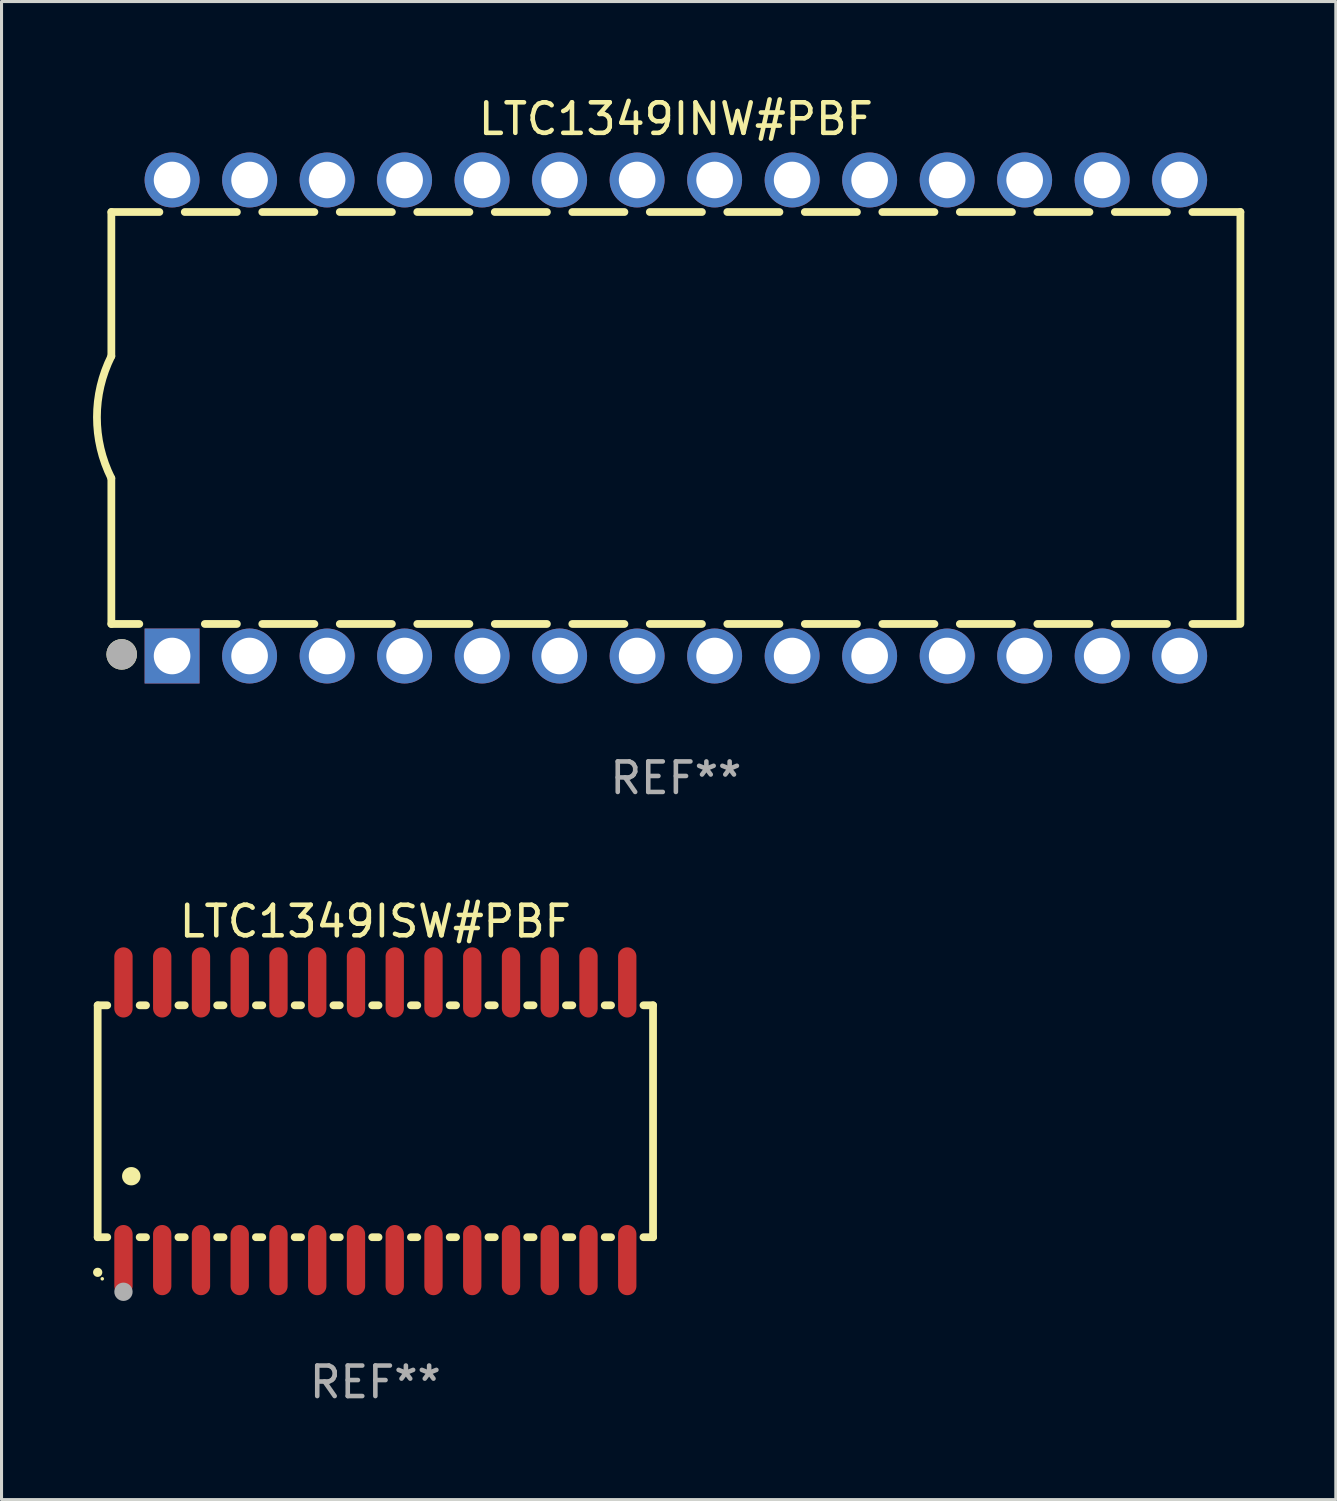
<source format=kicad_pcb>
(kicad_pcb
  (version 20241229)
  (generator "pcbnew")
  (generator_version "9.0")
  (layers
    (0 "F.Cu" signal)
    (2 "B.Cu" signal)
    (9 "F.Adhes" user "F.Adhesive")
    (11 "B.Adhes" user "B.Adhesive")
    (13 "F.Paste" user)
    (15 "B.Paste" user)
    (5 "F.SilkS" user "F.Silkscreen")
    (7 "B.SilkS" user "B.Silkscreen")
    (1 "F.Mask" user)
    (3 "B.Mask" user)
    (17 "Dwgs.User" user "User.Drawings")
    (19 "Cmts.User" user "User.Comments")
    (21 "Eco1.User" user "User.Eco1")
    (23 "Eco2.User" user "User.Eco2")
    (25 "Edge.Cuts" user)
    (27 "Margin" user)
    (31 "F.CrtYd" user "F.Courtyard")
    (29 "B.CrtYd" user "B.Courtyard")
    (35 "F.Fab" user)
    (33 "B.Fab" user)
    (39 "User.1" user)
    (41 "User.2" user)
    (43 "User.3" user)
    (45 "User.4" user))
  (footprint "LTC1349INW#PBF"
    (layer "F.Cu")
    (at 19.099 10.648)
    (property "Reference" "LTC1349INW#PBF" (at 0 -9.8 0) (layer "F.SilkS") (effects (font (size 1 1) (thickness 0.15))))
    (attr through_hole)
    (fp_line (start -18.5 -6.75) (end -18.5 -2.026) (stroke (width 0.254) (type solid)) (layer "F.SilkS"))
    (fp_line (start -18.5 -6.75) (end -16.926 -6.75) (stroke (width 0.254) (type solid)) (layer "F.SilkS"))
    (fp_line (start -18.5 6.75) (end -18.5 1.974) (stroke (width 0.254) (type solid)) (layer "F.SilkS"))
    (fp_line (start -18.5 6.75) (end -17.584 6.75) (stroke (width 0.254) (type solid)) (layer "F.SilkS"))
    (fp_line (start -16.094 -6.75) (end -14.386 -6.75) (stroke (width 0.254) (type solid)) (layer "F.SilkS"))
    (fp_line (start -15.436 6.75) (end -14.386 6.75) (stroke (width 0.254) (type solid)) (layer "F.SilkS"))
    (fp_line (start -13.554 -6.75) (end -11.846 -6.75) (stroke (width 0.254) (type solid)) (layer "F.SilkS"))
    (fp_line (start -13.554 6.75) (end -11.846 6.75) (stroke (width 0.254) (type solid)) (layer "F.SilkS"))
    (fp_line (start -11.014 -6.75) (end -9.306 -6.75) (stroke (width 0.254) (type solid)) (layer "F.SilkS"))
    (fp_line (start -11.014 6.75) (end -9.306 6.75) (stroke (width 0.254) (type solid)) (layer "F.SilkS"))
    (fp_line (start -8.474 -6.75) (end -6.766 -6.75) (stroke (width 0.254) (type solid)) (layer "F.SilkS"))
    (fp_line (start -8.474 6.75) (end -6.766 6.75) (stroke (width 0.254) (type solid)) (layer "F.SilkS"))
    (fp_line (start -5.934 -6.75) (end -4.226 -6.75) (stroke (width 0.254) (type solid)) (layer "F.SilkS"))
    (fp_line (start -5.934 6.75) (end -4.226 6.75) (stroke (width 0.254) (type solid)) (layer "F.SilkS"))
    (fp_line (start -3.394 -6.75) (end -1.686 -6.75) (stroke (width 0.254) (type solid)) (layer "F.SilkS"))
    (fp_line (start -3.394 6.75) (end -1.686 6.75) (stroke (width 0.254) (type solid)) (layer "F.SilkS"))
    (fp_line (start -0.854 -6.75) (end 0.854 -6.75) (stroke (width 0.254) (type solid)) (layer "F.SilkS"))
    (fp_line (start -0.854 6.75) (end 0.854 6.75) (stroke (width 0.254) (type solid)) (layer "F.SilkS"))
    (fp_line (start 1.686 -6.75) (end 3.394 -6.75) (stroke (width 0.254) (type solid)) (layer "F.SilkS"))
    (fp_line (start 1.686 6.75) (end 3.394 6.75) (stroke (width 0.254) (type solid)) (layer "F.SilkS"))
    (fp_line (start 4.226 -6.75) (end 5.934 -6.75) (stroke (width 0.254) (type solid)) (layer "F.SilkS"))
    (fp_line (start 4.226 6.75) (end 5.934 6.75) (stroke (width 0.254) (type solid)) (layer "F.SilkS"))
    (fp_line (start 6.766 -6.75) (end 8.474 -6.75) (stroke (width 0.254) (type solid)) (layer "F.SilkS"))
    (fp_line (start 6.766 6.75) (end 8.474 6.75) (stroke (width 0.254) (type solid)) (layer "F.SilkS"))
    (fp_line (start 9.306 -6.75) (end 11.014 -6.75) (stroke (width 0.254) (type solid)) (layer "F.SilkS"))
    (fp_line (start 9.306 6.75) (end 11.014 6.75) (stroke (width 0.254) (type solid)) (layer "F.SilkS"))
    (fp_line (start 11.846 -6.75) (end 13.554 -6.75) (stroke (width 0.254) (type solid)) (layer "F.SilkS"))
    (fp_line (start 11.846 6.75) (end 13.554 6.75) (stroke (width 0.254) (type solid)) (layer "F.SilkS"))
    (fp_line (start 14.386 -6.75) (end 16.094 -6.75) (stroke (width 0.254) (type solid)) (layer "F.SilkS"))
    (fp_line (start 14.386 6.75) (end 16.094 6.75) (stroke (width 0.254) (type solid)) (layer "F.SilkS"))
    (fp_line (start 16.926 -6.75) (end 18.5 -6.75) (stroke (width 0.254) (type solid)) (layer "F.SilkS"))
    (fp_line (start 16.926 6.75) (end 18.415 6.75) (stroke (width 0.254) (type solid)) (layer "F.SilkS"))
    (fp_line (start 18.5 6.75) (end 18.5 -6.75) (stroke (width 0.254) (type solid)) (layer "F.SilkS"))
    (fp_arc (start -18.500051 1.974384) (mid -18.972187 -0.025616) (end -18.500051 -2.025616) (stroke (width 0.254001) (type solid)) (layer "F.SilkS"))
    (fp_circle (center -18.5 7.8) (end -18.47 7.8) (stroke (width 0.06) (type solid)) (fill no) (layer "F.SilkS"))
    (fp_circle (center -18.161 7.747) (end -17.911 7.747) (stroke (width 0.5) (type solid)) (fill no) (layer "F.SilkS"))
    (fp_circle (center -18.161 7.747) (end -17.911 7.747) (stroke (width 0.5) (type solid)) (fill no) (layer "F.Fab"))
    (fp_text user "REF**" (at 0 11.8 0) (layer "F.Fab") (effects (font (size 1 1) (thickness 0.15))))
    (pad "1" thru_hole rect (at -16.51 7.8) (size 1.8 1.8) (drill 1.2) (layers "*.Cu" "*.Mask"))
    (pad "2" thru_hole circle (at -13.97 7.8) (size 1.8 1.8) (drill 1.2) (layers "*.Cu" "*.Mask"))
    (pad "3" thru_hole circle (at -11.43 7.8) (size 1.8 1.8) (drill 1.2) (layers "*.Cu" "*.Mask"))
    (pad "4" thru_hole circle (at -8.89 7.8) (size 1.8 1.8) (drill 1.2) (layers "*.Cu" "*.Mask"))
    (pad "5" thru_hole circle (at -6.35 7.8) (size 1.8 1.8) (drill 1.2) (layers "*.Cu" "*.Mask"))
    (pad "6" thru_hole circle (at -3.81 7.8) (size 1.8 1.8) (drill 1.2) (layers "*.Cu" "*.Mask"))
    (pad "7" thru_hole circle (at -1.27 7.8) (size 1.8 1.8) (drill 1.2) (layers "*.Cu" "*.Mask"))
    (pad "8" thru_hole circle (at 1.27 7.8) (size 1.8 1.8) (drill 1.2) (layers "*.Cu" "*.Mask"))
    (pad "9" thru_hole circle (at 3.81 7.8) (size 1.8 1.8) (drill 1.2) (layers "*.Cu" "*.Mask"))
    (pad "10" thru_hole circle (at 6.35 7.8) (size 1.8 1.8) (drill 1.2) (layers "*.Cu" "*.Mask"))
    (pad "11" thru_hole circle (at 8.89 7.8) (size 1.8 1.8) (drill 1.2) (layers "*.Cu" "*.Mask"))
    (pad "12" thru_hole circle (at 11.43 7.8) (size 1.8 1.8) (drill 1.2) (layers "*.Cu" "*.Mask"))
    (pad "13" thru_hole circle (at 13.97 7.8) (size 1.8 1.8) (drill 1.2) (layers "*.Cu" "*.Mask"))
    (pad "14" thru_hole circle (at 16.51 7.8) (size 1.8 1.8) (drill 1.2) (layers "*.Cu" "*.Mask"))
    (pad "15" thru_hole circle (at 16.51 -7.8) (size 1.8 1.8) (drill 1.2) (layers "*.Cu" "*.Mask"))
    (pad "16" thru_hole circle (at 13.97 -7.8) (size 1.8 1.8) (drill 1.2) (layers "*.Cu" "*.Mask"))
    (pad "17" thru_hole circle (at 11.43 -7.8) (size 1.8 1.8) (drill 1.2) (layers "*.Cu" "*.Mask"))
    (pad "18" thru_hole circle (at 8.89 -7.8) (size 1.8 1.8) (drill 1.2) (layers "*.Cu" "*.Mask"))
    (pad "19" thru_hole circle (at 6.35 -7.8) (size 1.8 1.8) (drill 1.2) (layers "*.Cu" "*.Mask"))
    (pad "20" thru_hole circle (at 3.81 -7.8) (size 1.8 1.8) (drill 1.2) (layers "*.Cu" "*.Mask"))
    (pad "21" thru_hole circle (at 1.27 -7.8) (size 1.8 1.8) (drill 1.2) (layers "*.Cu" "*.Mask"))
    (pad "22" thru_hole circle (at -1.27 -7.8) (size 1.8 1.8) (drill 1.2) (layers "*.Cu" "*.Mask"))
    (pad "23" thru_hole circle (at -3.81 -7.8) (size 1.8 1.8) (drill 1.2) (layers "*.Cu" "*.Mask"))
    (pad "24" thru_hole circle (at -6.35 -7.8) (size 1.8 1.8) (drill 1.2) (layers "*.Cu" "*.Mask"))
    (pad "25" thru_hole circle (at -8.89 -7.8) (size 1.8 1.8) (drill 1.2) (layers "*.Cu" "*.Mask"))
    (pad "26" thru_hole circle (at -11.43 -7.8) (size 1.8 1.8) (drill 1.2) (layers "*.Cu" "*.Mask"))
    (pad "27" thru_hole circle (at -13.97 -7.8) (size 1.8 1.8) (drill 1.2) (layers "*.Cu" "*.Mask"))
    (pad "28" thru_hole circle (at -16.51 -7.8) (size 1.8 1.8) (drill 1.2) (layers "*.Cu" "*.Mask")))
  (footprint "LTC1349ISW#PBF"
    (layer "F.Cu")
    (at 9.251 33.695)
    (property "Reference" "LTC1349ISW#PBF" (at 0 -6.55 0) (layer "F.SilkS") (effects (font (size 1 1) (thickness 0.15))))
    (attr through_hole)
    (fp_line (start -9.1 -3.8) (end -9.1 3.8) (stroke (width 0.254) (type solid)) (layer "F.SilkS"))
    (fp_line (start -9.1 -3.8) (end -8.786 -3.8) (stroke (width 0.254) (type solid)) (layer "F.SilkS"))
    (fp_line (start -9.1 3.8) (end -8.786 3.8) (stroke (width 0.254) (type solid)) (layer "F.SilkS"))
    (fp_line (start -7.724 -3.8) (end -7.516 -3.8) (stroke (width 0.254) (type solid)) (layer "F.SilkS"))
    (fp_line (start -7.724 3.8) (end -7.516 3.8) (stroke (width 0.254) (type solid)) (layer "F.SilkS"))
    (fp_line (start -6.454 -3.8) (end -6.246 -3.8) (stroke (width 0.254) (type solid)) (layer "F.SilkS"))
    (fp_line (start -6.454 3.8) (end -6.246 3.8) (stroke (width 0.254) (type solid)) (layer "F.SilkS"))
    (fp_line (start -5.184 -3.8) (end -4.976 -3.8) (stroke (width 0.254) (type solid)) (layer "F.SilkS"))
    (fp_line (start -5.184 3.8) (end -4.976 3.8) (stroke (width 0.254) (type solid)) (layer "F.SilkS"))
    (fp_line (start -3.914 -3.8) (end -3.706 -3.8) (stroke (width 0.254) (type solid)) (layer "F.SilkS"))
    (fp_line (start -3.914 3.8) (end -3.706 3.8) (stroke (width 0.254) (type solid)) (layer "F.SilkS"))
    (fp_line (start -2.644 -3.8) (end -2.436 -3.8) (stroke (width 0.254) (type solid)) (layer "F.SilkS"))
    (fp_line (start -2.644 3.8) (end -2.436 3.8) (stroke (width 0.254) (type solid)) (layer "F.SilkS"))
    (fp_line (start -1.374 -3.8) (end -1.166 -3.8) (stroke (width 0.254) (type solid)) (layer "F.SilkS"))
    (fp_line (start -1.374 3.8) (end -1.166 3.8) (stroke (width 0.254) (type solid)) (layer "F.SilkS"))
    (fp_line (start -0.104 -3.8) (end 0.104 -3.8) (stroke (width 0.254) (type solid)) (layer "F.SilkS"))
    (fp_line (start -0.104 3.8) (end 0.104 3.8) (stroke (width 0.254) (type solid)) (layer "F.SilkS"))
    (fp_line (start 1.166 -3.8) (end 1.374 -3.8) (stroke (width 0.254) (type solid)) (layer "F.SilkS"))
    (fp_line (start 1.166 3.8) (end 1.374 3.8) (stroke (width 0.254) (type solid)) (layer "F.SilkS"))
    (fp_line (start 2.436 -3.8) (end 2.644 -3.8) (stroke (width 0.254) (type solid)) (layer "F.SilkS"))
    (fp_line (start 2.436 3.8) (end 2.644 3.8) (stroke (width 0.254) (type solid)) (layer "F.SilkS"))
    (fp_line (start 3.706 -3.8) (end 3.914 -3.8) (stroke (width 0.254) (type solid)) (layer "F.SilkS"))
    (fp_line (start 3.706 3.8) (end 3.914 3.8) (stroke (width 0.254) (type solid)) (layer "F.SilkS"))
    (fp_line (start 4.976 -3.8) (end 5.184 -3.8) (stroke (width 0.254) (type solid)) (layer "F.SilkS"))
    (fp_line (start 4.976 3.8) (end 5.184 3.8) (stroke (width 0.254) (type solid)) (layer "F.SilkS"))
    (fp_line (start 6.246 -3.8) (end 6.454 -3.8) (stroke (width 0.254) (type solid)) (layer "F.SilkS"))
    (fp_line (start 6.246 3.8) (end 6.454 3.8) (stroke (width 0.254) (type solid)) (layer "F.SilkS"))
    (fp_line (start 7.516 -3.8) (end 7.724 -3.8) (stroke (width 0.254) (type solid)) (layer "F.SilkS"))
    (fp_line (start 7.516 3.8) (end 7.724 3.8) (stroke (width 0.254) (type solid)) (layer "F.SilkS"))
    (fp_line (start 8.786 -3.8) (end 9.1 -3.8) (stroke (width 0.254) (type solid)) (layer "F.SilkS"))
    (fp_line (start 8.786 3.8) (end 9.1 3.8) (stroke (width 0.254) (type solid)) (layer "F.SilkS"))
    (fp_line (start 9.1 -3.8) (end 9.1 3.8) (stroke (width 0.254) (type solid)) (layer "F.SilkS"))
    (fp_arc (start -9.100864 4.95047) (mid -9.099594 4.950465) (end -9.098324 4.95047) (stroke (width 0.3) (type solid)) (layer "F.SilkS"))
    (fp_arc (start -8.001041 1.800864) (mid -7.998501 1.800853) (end -7.995961 1.800864) (stroke (width 0.6) (type solid)) (layer "F.SilkS"))
    (fp_circle (center -8.95 5.163) (end -8.92 5.163) (stroke (width 0.06) (type solid)) (fill no) (layer "F.SilkS"))
    (fp_circle (center -8.255 5.588) (end -8.105 5.588) (stroke (width 0.3) (type solid)) (fill no) (layer "F.Fab"))
    (fp_text user "REF**" (at 0 8.55 0) (layer "F.Fab") (effects (font (size 1 1) (thickness 0.15))))
    (pad "1" smd oval (at -8.255 4.55 180) (size 0.6 2.3) (layers "F.Cu" "F.Mask" "F.Paste"))
    (pad "2" smd oval (at -6.985 4.55 180) (size 0.6 2.3) (layers "F.Cu" "F.Mask" "F.Paste"))
    (pad "3" smd oval (at -5.715 4.55 180) (size 0.6 2.3) (layers "F.Cu" "F.Mask" "F.Paste"))
    (pad "4" smd oval (at -4.445 4.55 180) (size 0.6 2.3) (layers "F.Cu" "F.Mask" "F.Paste"))
    (pad "5" smd oval (at -3.175 4.55 180) (size 0.6 2.3) (layers "F.Cu" "F.Mask" "F.Paste"))
    (pad "6" smd oval (at -1.905 4.55 180) (size 0.6 2.3) (layers "F.Cu" "F.Mask" "F.Paste"))
    (pad "7" smd oval (at -0.635 4.55 180) (size 0.6 2.3) (layers "F.Cu" "F.Mask" "F.Paste"))
    (pad "8" smd oval (at 0.635 4.55 180) (size 0.6 2.3) (layers "F.Cu" "F.Mask" "F.Paste"))
    (pad "9" smd oval (at 1.905 4.55 180) (size 0.6 2.3) (layers "F.Cu" "F.Mask" "F.Paste"))
    (pad "10" smd oval (at 3.175 4.55 180) (size 0.6 2.3) (layers "F.Cu" "F.Mask" "F.Paste"))
    (pad "11" smd oval (at 4.445 4.55 180) (size 0.6 2.3) (layers "F.Cu" "F.Mask" "F.Paste"))
    (pad "12" smd oval (at 5.715 4.55 180) (size 0.6 2.3) (layers "F.Cu" "F.Mask" "F.Paste"))
    (pad "13" smd oval (at 6.985 4.55 180) (size 0.6 2.3) (layers "F.Cu" "F.Mask" "F.Paste"))
    (pad "14" smd oval (at 8.255 4.55 180) (size 0.6 2.3) (layers "F.Cu" "F.Mask" "F.Paste"))
    (pad "15" smd oval (at 8.255 -4.55 180) (size 0.6 2.3) (layers "F.Cu" "F.Mask" "F.Paste"))
    (pad "16" smd oval (at 6.985 -4.55 180) (size 0.6 2.3) (layers "F.Cu" "F.Mask" "F.Paste"))
    (pad "17" smd oval (at 5.715 -4.55 180) (size 0.6 2.3) (layers "F.Cu" "F.Mask" "F.Paste"))
    (pad "18" smd oval (at 4.445 -4.55 180) (size 0.6 2.3) (layers "F.Cu" "F.Mask" "F.Paste"))
    (pad "19" smd oval (at 3.175 -4.55 180) (size 0.6 2.3) (layers "F.Cu" "F.Mask" "F.Paste"))
    (pad "20" smd oval (at 1.905 -4.55 180) (size 0.6 2.3) (layers "F.Cu" "F.Mask" "F.Paste"))
    (pad "21" smd oval (at 0.635 -4.55 180) (size 0.6 2.3) (layers "F.Cu" "F.Mask" "F.Paste"))
    (pad "22" smd oval (at -0.635 -4.55 180) (size 0.6 2.3) (layers "F.Cu" "F.Mask" "F.Paste"))
    (pad "23" smd oval (at -1.905 -4.55 180) (size 0.6 2.3) (layers "F.Cu" "F.Mask" "F.Paste"))
    (pad "24" smd oval (at -3.175 -4.55 180) (size 0.6 2.3) (layers "F.Cu" "F.Mask" "F.Paste"))
    (pad "25" smd oval (at -4.445 -4.55 180) (size 0.6 2.3) (layers "F.Cu" "F.Mask" "F.Paste"))
    (pad "26" smd oval (at -5.715 -4.55 180) (size 0.6 2.3) (layers "F.Cu" "F.Mask" "F.Paste"))
    (pad "27" smd oval (at -6.985 -4.55 180) (size 0.6 2.3) (layers "F.Cu" "F.Mask" "F.Paste"))
    (pad "28" smd oval (at -8.255 -4.55 180) (size 0.6 2.3) (layers "F.Cu" "F.Mask" "F.Paste")))
  (gr_rect
    (start -3 -3)
    (end 40.726 46.093)
    (stroke (width 0.1) (type default))
    (fill no)
    (layer "Edge.Cuts")))
</source>
